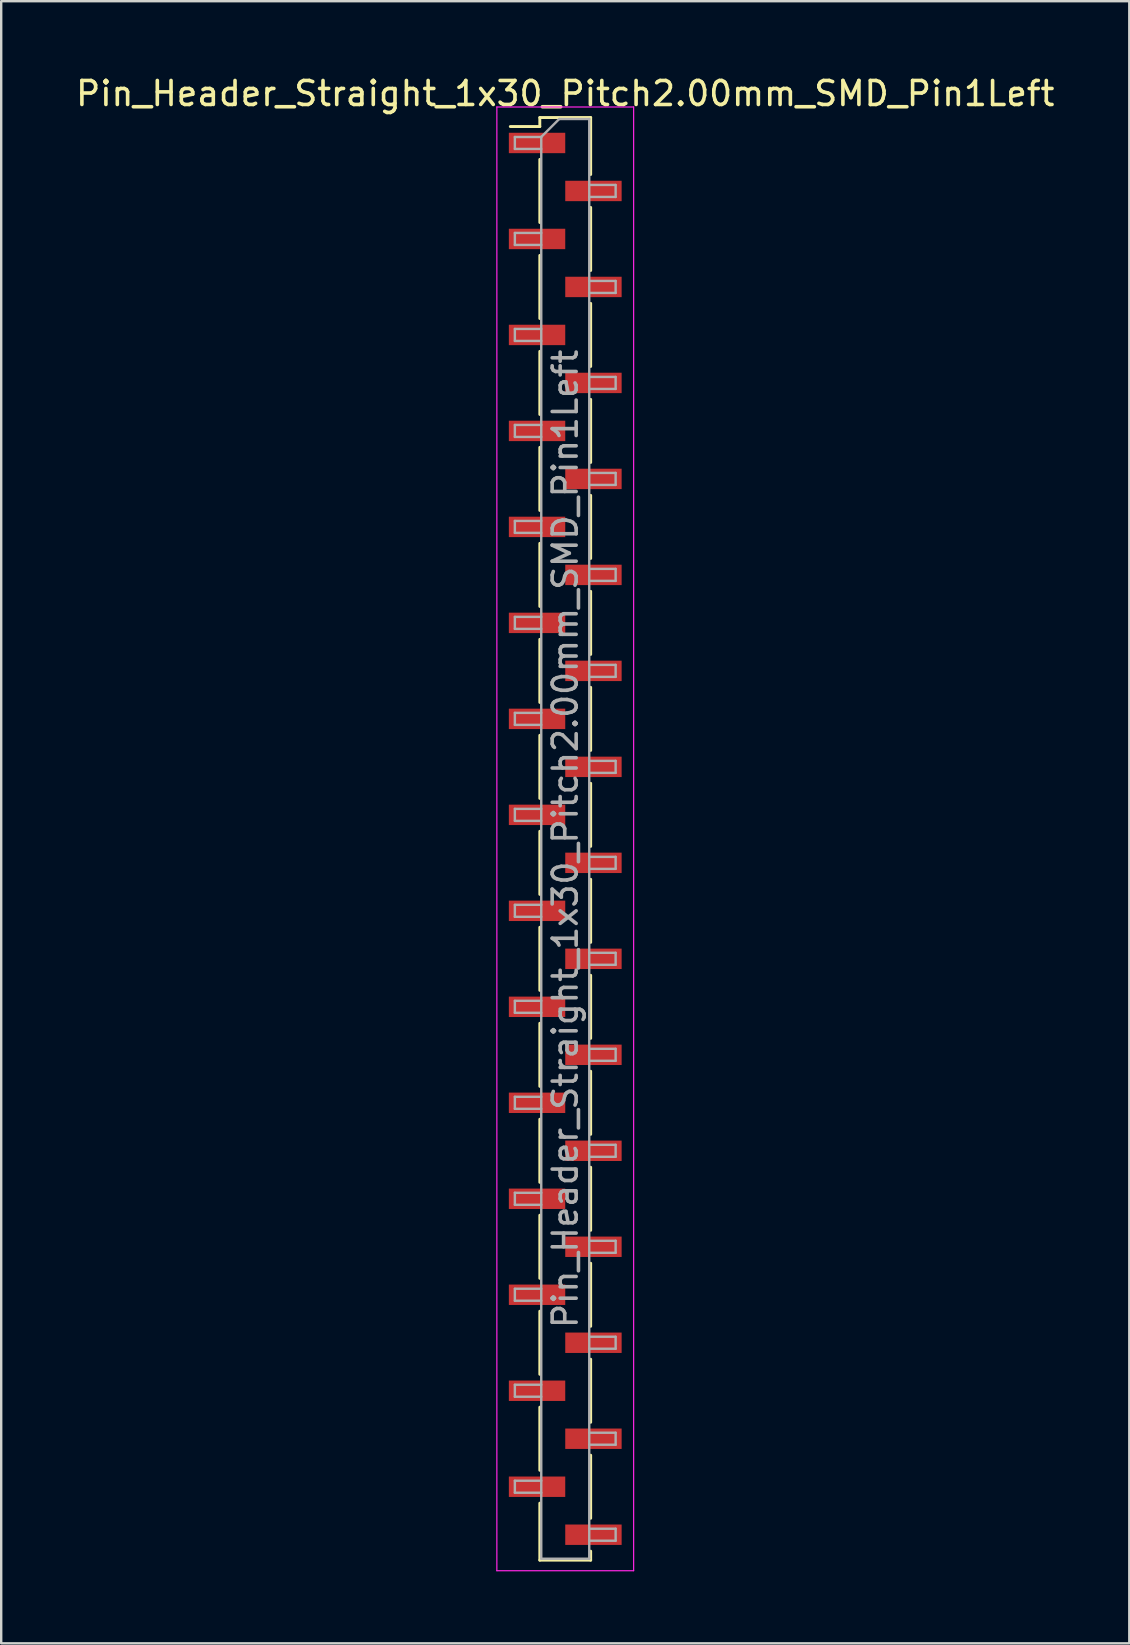
<source format=kicad_pcb>
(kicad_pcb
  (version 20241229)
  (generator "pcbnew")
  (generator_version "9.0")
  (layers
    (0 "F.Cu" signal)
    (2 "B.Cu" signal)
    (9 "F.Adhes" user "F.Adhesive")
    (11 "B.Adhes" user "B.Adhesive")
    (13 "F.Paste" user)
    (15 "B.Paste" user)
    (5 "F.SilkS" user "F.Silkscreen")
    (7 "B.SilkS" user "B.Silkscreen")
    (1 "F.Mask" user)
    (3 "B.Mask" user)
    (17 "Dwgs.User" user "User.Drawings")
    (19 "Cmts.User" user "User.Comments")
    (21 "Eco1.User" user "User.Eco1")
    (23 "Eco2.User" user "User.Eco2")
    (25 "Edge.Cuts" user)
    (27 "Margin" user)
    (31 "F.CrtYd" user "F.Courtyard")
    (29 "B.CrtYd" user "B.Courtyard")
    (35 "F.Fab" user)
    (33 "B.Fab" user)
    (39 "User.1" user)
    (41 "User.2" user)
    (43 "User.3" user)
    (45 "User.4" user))
  (footprint "Pin_Header_Straight_1x30_Pitch2.00mm_SMD_Pin1Left"
    (layer "F.Cu")
    (at 20.506 31.908)
    (property "Reference" "Pin_Header_Straight_1x30_Pitch2.00mm_SMD_Pin1Left" (at 0 -31.06 0) (layer "F.SilkS") (effects (font (size 1 1) (thickness 0.15))))
    (attr smd)
    (fp_line (start -1.06 -30.06) (end -1.06 -29.685) (stroke (width 0.12) (type solid)) (layer "F.SilkS"))
    (fp_line (start -1.06 -30.06) (end 1.06 -30.06) (stroke (width 0.12) (type solid)) (layer "F.SilkS"))
    (fp_line (start -1.06 -29.685) (end -2.29 -29.685) (stroke (width 0.12) (type solid)) (layer "F.SilkS"))
    (fp_line (start -1.06 -28.315) (end -1.06 -25.685) (stroke (width 0.12) (type solid)) (layer "F.SilkS"))
    (fp_line (start -1.06 -24.315) (end -1.06 -21.685) (stroke (width 0.12) (type solid)) (layer "F.SilkS"))
    (fp_line (start -1.06 -20.315) (end -1.06 -17.685) (stroke (width 0.12) (type solid)) (layer "F.SilkS"))
    (fp_line (start -1.06 -16.315) (end -1.06 -13.685) (stroke (width 0.12) (type solid)) (layer "F.SilkS"))
    (fp_line (start -1.06 -12.315) (end -1.06 -9.685) (stroke (width 0.12) (type solid)) (layer "F.SilkS"))
    (fp_line (start -1.06 -8.315) (end -1.06 -5.685) (stroke (width 0.12) (type solid)) (layer "F.SilkS"))
    (fp_line (start -1.06 -4.315) (end -1.06 -1.685) (stroke (width 0.12) (type solid)) (layer "F.SilkS"))
    (fp_line (start -1.06 -0.315) (end -1.06 2.315) (stroke (width 0.12) (type solid)) (layer "F.SilkS"))
    (fp_line (start -1.06 3.685) (end -1.06 6.315) (stroke (width 0.12) (type solid)) (layer "F.SilkS"))
    (fp_line (start -1.06 7.685) (end -1.06 10.315) (stroke (width 0.12) (type solid)) (layer "F.SilkS"))
    (fp_line (start -1.06 11.685) (end -1.06 14.315) (stroke (width 0.12) (type solid)) (layer "F.SilkS"))
    (fp_line (start -1.06 15.685) (end -1.06 18.315) (stroke (width 0.12) (type solid)) (layer "F.SilkS"))
    (fp_line (start -1.06 19.685) (end -1.06 22.315) (stroke (width 0.12) (type solid)) (layer "F.SilkS"))
    (fp_line (start -1.06 23.685) (end -1.06 26.315) (stroke (width 0.12) (type solid)) (layer "F.SilkS"))
    (fp_line (start -1.06 27.685) (end -1.06 30.06) (stroke (width 0.12) (type solid)) (layer "F.SilkS"))
    (fp_line (start -1.06 30.06) (end 1.06 30.06) (stroke (width 0.12) (type solid)) (layer "F.SilkS"))
    (fp_line (start 1.06 -30.06) (end 1.06 -27.685) (stroke (width 0.12) (type solid)) (layer "F.SilkS"))
    (fp_line (start 1.06 -26.315) (end 1.06 -23.685) (stroke (width 0.12) (type solid)) (layer "F.SilkS"))
    (fp_line (start 1.06 -22.315) (end 1.06 -19.685) (stroke (width 0.12) (type solid)) (layer "F.SilkS"))
    (fp_line (start 1.06 -18.315) (end 1.06 -15.685) (stroke (width 0.12) (type solid)) (layer "F.SilkS"))
    (fp_line (start 1.06 -14.315) (end 1.06 -11.685) (stroke (width 0.12) (type solid)) (layer "F.SilkS"))
    (fp_line (start 1.06 -10.315) (end 1.06 -7.685) (stroke (width 0.12) (type solid)) (layer "F.SilkS"))
    (fp_line (start 1.06 -6.315) (end 1.06 -3.685) (stroke (width 0.12) (type solid)) (layer "F.SilkS"))
    (fp_line (start 1.06 -2.315) (end 1.06 0.315) (stroke (width 0.12) (type solid)) (layer "F.SilkS"))
    (fp_line (start 1.06 1.685) (end 1.06 4.315) (stroke (width 0.12) (type solid)) (layer "F.SilkS"))
    (fp_line (start 1.06 5.685) (end 1.06 8.315) (stroke (width 0.12) (type solid)) (layer "F.SilkS"))
    (fp_line (start 1.06 9.685) (end 1.06 12.315) (stroke (width 0.12) (type solid)) (layer "F.SilkS"))
    (fp_line (start 1.06 13.685) (end 1.06 16.315) (stroke (width 0.12) (type solid)) (layer "F.SilkS"))
    (fp_line (start 1.06 17.685) (end 1.06 20.315) (stroke (width 0.12) (type solid)) (layer "F.SilkS"))
    (fp_line (start 1.06 21.685) (end 1.06 24.315) (stroke (width 0.12) (type solid)) (layer "F.SilkS"))
    (fp_line (start 1.06 25.685) (end 1.06 28.315) (stroke (width 0.12) (type solid)) (layer "F.SilkS"))
    (fp_line (start 1.06 29.685) (end 1.06 30.06) (stroke (width 0.12) (type solid)) (layer "F.SilkS"))
    (fp_line (start -2.85 -30.5) (end -2.85 30.5) (stroke (width 0.05) (type solid)) (layer "F.CrtYd"))
    (fp_line (start -2.85 30.5) (end 2.85 30.5) (stroke (width 0.05) (type solid)) (layer "F.CrtYd"))
    (fp_line (start 2.85 -30.5) (end -2.85 -30.5) (stroke (width 0.05) (type solid)) (layer "F.CrtYd"))
    (fp_line (start 2.85 30.5) (end 2.85 -30.5) (stroke (width 0.05) (type solid)) (layer "F.CrtYd"))
    (fp_line (start -2.1 -29.25) (end -2.1 -28.75) (stroke (width 0.1) (type solid)) (layer "F.Fab"))
    (fp_line (start -2.1 -28.75) (end -1 -28.75) (stroke (width 0.1) (type solid)) (layer "F.Fab"))
    (fp_line (start -2.1 -25.25) (end -2.1 -24.75) (stroke (width 0.1) (type solid)) (layer "F.Fab"))
    (fp_line (start -2.1 -24.75) (end -1 -24.75) (stroke (width 0.1) (type solid)) (layer "F.Fab"))
    (fp_line (start -2.1 -21.25) (end -2.1 -20.75) (stroke (width 0.1) (type solid)) (layer "F.Fab"))
    (fp_line (start -2.1 -20.75) (end -1 -20.75) (stroke (width 0.1) (type solid)) (layer "F.Fab"))
    (fp_line (start -2.1 -17.25) (end -2.1 -16.75) (stroke (width 0.1) (type solid)) (layer "F.Fab"))
    (fp_line (start -2.1 -16.75) (end -1 -16.75) (stroke (width 0.1) (type solid)) (layer "F.Fab"))
    (fp_line (start -2.1 -13.25) (end -2.1 -12.75) (stroke (width 0.1) (type solid)) (layer "F.Fab"))
    (fp_line (start -2.1 -12.75) (end -1 -12.75) (stroke (width 0.1) (type solid)) (layer "F.Fab"))
    (fp_line (start -2.1 -9.25) (end -2.1 -8.75) (stroke (width 0.1) (type solid)) (layer "F.Fab"))
    (fp_line (start -2.1 -8.75) (end -1 -8.75) (stroke (width 0.1) (type solid)) (layer "F.Fab"))
    (fp_line (start -2.1 -5.25) (end -2.1 -4.75) (stroke (width 0.1) (type solid)) (layer "F.Fab"))
    (fp_line (start -2.1 -4.75) (end -1 -4.75) (stroke (width 0.1) (type solid)) (layer "F.Fab"))
    (fp_line (start -2.1 -1.25) (end -2.1 -0.75) (stroke (width 0.1) (type solid)) (layer "F.Fab"))
    (fp_line (start -2.1 -0.75) (end -1 -0.75) (stroke (width 0.1) (type solid)) (layer "F.Fab"))
    (fp_line (start -2.1 2.75) (end -2.1 3.25) (stroke (width 0.1) (type solid)) (layer "F.Fab"))
    (fp_line (start -2.1 3.25) (end -1 3.25) (stroke (width 0.1) (type solid)) (layer "F.Fab"))
    (fp_line (start -2.1 6.75) (end -2.1 7.25) (stroke (width 0.1) (type solid)) (layer "F.Fab"))
    (fp_line (start -2.1 7.25) (end -1 7.25) (stroke (width 0.1) (type solid)) (layer "F.Fab"))
    (fp_line (start -2.1 10.75) (end -2.1 11.25) (stroke (width 0.1) (type solid)) (layer "F.Fab"))
    (fp_line (start -2.1 11.25) (end -1 11.25) (stroke (width 0.1) (type solid)) (layer "F.Fab"))
    (fp_line (start -2.1 14.75) (end -2.1 15.25) (stroke (width 0.1) (type solid)) (layer "F.Fab"))
    (fp_line (start -2.1 15.25) (end -1 15.25) (stroke (width 0.1) (type solid)) (layer "F.Fab"))
    (fp_line (start -2.1 18.75) (end -2.1 19.25) (stroke (width 0.1) (type solid)) (layer "F.Fab"))
    (fp_line (start -2.1 19.25) (end -1 19.25) (stroke (width 0.1) (type solid)) (layer "F.Fab"))
    (fp_line (start -2.1 22.75) (end -2.1 23.25) (stroke (width 0.1) (type solid)) (layer "F.Fab"))
    (fp_line (start -2.1 23.25) (end -1 23.25) (stroke (width 0.1) (type solid)) (layer "F.Fab"))
    (fp_line (start -2.1 26.75) (end -2.1 27.25) (stroke (width 0.1) (type solid)) (layer "F.Fab"))
    (fp_line (start -2.1 27.25) (end -1 27.25) (stroke (width 0.1) (type solid)) (layer "F.Fab"))
    (fp_line (start -1 -29.25) (end -2.1 -29.25) (stroke (width 0.1) (type solid)) (layer "F.Fab"))
    (fp_line (start -1 -29.25) (end -0.25 -30) (stroke (width 0.1) (type solid)) (layer "F.Fab"))
    (fp_line (start -1 -25.25) (end -2.1 -25.25) (stroke (width 0.1) (type solid)) (layer "F.Fab"))
    (fp_line (start -1 -21.25) (end -2.1 -21.25) (stroke (width 0.1) (type solid)) (layer "F.Fab"))
    (fp_line (start -1 -17.25) (end -2.1 -17.25) (stroke (width 0.1) (type solid)) (layer "F.Fab"))
    (fp_line (start -1 -13.25) (end -2.1 -13.25) (stroke (width 0.1) (type solid)) (layer "F.Fab"))
    (fp_line (start -1 -9.25) (end -2.1 -9.25) (stroke (width 0.1) (type solid)) (layer "F.Fab"))
    (fp_line (start -1 -5.25) (end -2.1 -5.25) (stroke (width 0.1) (type solid)) (layer "F.Fab"))
    (fp_line (start -1 -1.25) (end -2.1 -1.25) (stroke (width 0.1) (type solid)) (layer "F.Fab"))
    (fp_line (start -1 2.75) (end -2.1 2.75) (stroke (width 0.1) (type solid)) (layer "F.Fab"))
    (fp_line (start -1 6.75) (end -2.1 6.75) (stroke (width 0.1) (type solid)) (layer "F.Fab"))
    (fp_line (start -1 10.75) (end -2.1 10.75) (stroke (width 0.1) (type solid)) (layer "F.Fab"))
    (fp_line (start -1 14.75) (end -2.1 14.75) (stroke (width 0.1) (type solid)) (layer "F.Fab"))
    (fp_line (start -1 18.75) (end -2.1 18.75) (stroke (width 0.1) (type solid)) (layer "F.Fab"))
    (fp_line (start -1 22.75) (end -2.1 22.75) (stroke (width 0.1) (type solid)) (layer "F.Fab"))
    (fp_line (start -1 26.75) (end -2.1 26.75) (stroke (width 0.1) (type solid)) (layer "F.Fab"))
    (fp_line (start -1 30) (end -1 -29.25) (stroke (width 0.1) (type solid)) (layer "F.Fab"))
    (fp_line (start -0.25 -30) (end 1 -30) (stroke (width 0.1) (type solid)) (layer "F.Fab"))
    (fp_line (start 1 -30) (end 1 30) (stroke (width 0.1) (type solid)) (layer "F.Fab"))
    (fp_line (start 1 -27.25) (end 2.1 -27.25) (stroke (width 0.1) (type solid)) (layer "F.Fab"))
    (fp_line (start 1 -23.25) (end 2.1 -23.25) (stroke (width 0.1) (type solid)) (layer "F.Fab"))
    (fp_line (start 1 -19.25) (end 2.1 -19.25) (stroke (width 0.1) (type solid)) (layer "F.Fab"))
    (fp_line (start 1 -15.25) (end 2.1 -15.25) (stroke (width 0.1) (type solid)) (layer "F.Fab"))
    (fp_line (start 1 -11.25) (end 2.1 -11.25) (stroke (width 0.1) (type solid)) (layer "F.Fab"))
    (fp_line (start 1 -7.25) (end 2.1 -7.25) (stroke (width 0.1) (type solid)) (layer "F.Fab"))
    (fp_line (start 1 -3.25) (end 2.1 -3.25) (stroke (width 0.1) (type solid)) (layer "F.Fab"))
    (fp_line (start 1 0.75) (end 2.1 0.75) (stroke (width 0.1) (type solid)) (layer "F.Fab"))
    (fp_line (start 1 4.75) (end 2.1 4.75) (stroke (width 0.1) (type solid)) (layer "F.Fab"))
    (fp_line (start 1 8.75) (end 2.1 8.75) (stroke (width 0.1) (type solid)) (layer "F.Fab"))
    (fp_line (start 1 12.75) (end 2.1 12.75) (stroke (width 0.1) (type solid)) (layer "F.Fab"))
    (fp_line (start 1 16.75) (end 2.1 16.75) (stroke (width 0.1) (type solid)) (layer "F.Fab"))
    (fp_line (start 1 20.75) (end 2.1 20.75) (stroke (width 0.1) (type solid)) (layer "F.Fab"))
    (fp_line (start 1 24.75) (end 2.1 24.75) (stroke (width 0.1) (type solid)) (layer "F.Fab"))
    (fp_line (start 1 28.75) (end 2.1 28.75) (stroke (width 0.1) (type solid)) (layer "F.Fab"))
    (fp_line (start 1 30) (end -1 30) (stroke (width 0.1) (type solid)) (layer "F.Fab"))
    (fp_line (start 2.1 -27.25) (end 2.1 -26.75) (stroke (width 0.1) (type solid)) (layer "F.Fab"))
    (fp_line (start 2.1 -26.75) (end 1 -26.75) (stroke (width 0.1) (type solid)) (layer "F.Fab"))
    (fp_line (start 2.1 -23.25) (end 2.1 -22.75) (stroke (width 0.1) (type solid)) (layer "F.Fab"))
    (fp_line (start 2.1 -22.75) (end 1 -22.75) (stroke (width 0.1) (type solid)) (layer "F.Fab"))
    (fp_line (start 2.1 -19.25) (end 2.1 -18.75) (stroke (width 0.1) (type solid)) (layer "F.Fab"))
    (fp_line (start 2.1 -18.75) (end 1 -18.75) (stroke (width 0.1) (type solid)) (layer "F.Fab"))
    (fp_line (start 2.1 -15.25) (end 2.1 -14.75) (stroke (width 0.1) (type solid)) (layer "F.Fab"))
    (fp_line (start 2.1 -14.75) (end 1 -14.75) (stroke (width 0.1) (type solid)) (layer "F.Fab"))
    (fp_line (start 2.1 -11.25) (end 2.1 -10.75) (stroke (width 0.1) (type solid)) (layer "F.Fab"))
    (fp_line (start 2.1 -10.75) (end 1 -10.75) (stroke (width 0.1) (type solid)) (layer "F.Fab"))
    (fp_line (start 2.1 -7.25) (end 2.1 -6.75) (stroke (width 0.1) (type solid)) (layer "F.Fab"))
    (fp_line (start 2.1 -6.75) (end 1 -6.75) (stroke (width 0.1) (type solid)) (layer "F.Fab"))
    (fp_line (start 2.1 -3.25) (end 2.1 -2.75) (stroke (width 0.1) (type solid)) (layer "F.Fab"))
    (fp_line (start 2.1 -2.75) (end 1 -2.75) (stroke (width 0.1) (type solid)) (layer "F.Fab"))
    (fp_line (start 2.1 0.75) (end 2.1 1.25) (stroke (width 0.1) (type solid)) (layer "F.Fab"))
    (fp_line (start 2.1 1.25) (end 1 1.25) (stroke (width 0.1) (type solid)) (layer "F.Fab"))
    (fp_line (start 2.1 4.75) (end 2.1 5.25) (stroke (width 0.1) (type solid)) (layer "F.Fab"))
    (fp_line (start 2.1 5.25) (end 1 5.25) (stroke (width 0.1) (type solid)) (layer "F.Fab"))
    (fp_line (start 2.1 8.75) (end 2.1 9.25) (stroke (width 0.1) (type solid)) (layer "F.Fab"))
    (fp_line (start 2.1 9.25) (end 1 9.25) (stroke (width 0.1) (type solid)) (layer "F.Fab"))
    (fp_line (start 2.1 12.75) (end 2.1 13.25) (stroke (width 0.1) (type solid)) (layer "F.Fab"))
    (fp_line (start 2.1 13.25) (end 1 13.25) (stroke (width 0.1) (type solid)) (layer "F.Fab"))
    (fp_line (start 2.1 16.75) (end 2.1 17.25) (stroke (width 0.1) (type solid)) (layer "F.Fab"))
    (fp_line (start 2.1 17.25) (end 1 17.25) (stroke (width 0.1) (type solid)) (layer "F.Fab"))
    (fp_line (start 2.1 20.75) (end 2.1 21.25) (stroke (width 0.1) (type solid)) (layer "F.Fab"))
    (fp_line (start 2.1 21.25) (end 1 21.25) (stroke (width 0.1) (type solid)) (layer "F.Fab"))
    (fp_line (start 2.1 24.75) (end 2.1 25.25) (stroke (width 0.1) (type solid)) (layer "F.Fab"))
    (fp_line (start 2.1 25.25) (end 1 25.25) (stroke (width 0.1) (type solid)) (layer "F.Fab"))
    (fp_line (start 2.1 28.75) (end 2.1 29.25) (stroke (width 0.1) (type solid)) (layer "F.Fab"))
    (fp_line (start 2.1 29.25) (end 1 29.25) (stroke (width 0.1) (type solid)) (layer "F.Fab"))
    (fp_text user "${REFERENCE}" (at 0 0 90) (layer "F.Fab") (effects (font (size 1 1) (thickness 0.15))))
    (pad "1" smd rect (at -1.175 -29) (size 2.35 0.85) (layers "F.Cu" "F.Mask" "F.Paste"))
    (pad "2" smd rect (at 1.175 -27) (size 2.35 0.85) (layers "F.Cu" "F.Mask" "F.Paste"))
    (pad "3" smd rect (at -1.175 -25) (size 2.35 0.85) (layers "F.Cu" "F.Mask" "F.Paste"))
    (pad "4" smd rect (at 1.175 -23) (size 2.35 0.85) (layers "F.Cu" "F.Mask" "F.Paste"))
    (pad "5" smd rect (at -1.175 -21) (size 2.35 0.85) (layers "F.Cu" "F.Mask" "F.Paste"))
    (pad "6" smd rect (at 1.175 -19) (size 2.35 0.85) (layers "F.Cu" "F.Mask" "F.Paste"))
    (pad "7" smd rect (at -1.175 -17) (size 2.35 0.85) (layers "F.Cu" "F.Mask" "F.Paste"))
    (pad "8" smd rect (at 1.175 -15) (size 2.35 0.85) (layers "F.Cu" "F.Mask" "F.Paste"))
    (pad "9" smd rect (at -1.175 -13) (size 2.35 0.85) (layers "F.Cu" "F.Mask" "F.Paste"))
    (pad "10" smd rect (at 1.175 -11) (size 2.35 0.85) (layers "F.Cu" "F.Mask" "F.Paste"))
    (pad "11" smd rect (at -1.175 -9) (size 2.35 0.85) (layers "F.Cu" "F.Mask" "F.Paste"))
    (pad "12" smd rect (at 1.175 -7) (size 2.35 0.85) (layers "F.Cu" "F.Mask" "F.Paste"))
    (pad "13" smd rect (at -1.175 -5) (size 2.35 0.85) (layers "F.Cu" "F.Mask" "F.Paste"))
    (pad "14" smd rect (at 1.175 -3) (size 2.35 0.85) (layers "F.Cu" "F.Mask" "F.Paste"))
    (pad "15" smd rect (at -1.175 -1) (size 2.35 0.85) (layers "F.Cu" "F.Mask" "F.Paste"))
    (pad "16" smd rect (at 1.175 1) (size 2.35 0.85) (layers "F.Cu" "F.Mask" "F.Paste"))
    (pad "17" smd rect (at -1.175 3) (size 2.35 0.85) (layers "F.Cu" "F.Mask" "F.Paste"))
    (pad "18" smd rect (at 1.175 5) (size 2.35 0.85) (layers "F.Cu" "F.Mask" "F.Paste"))
    (pad "19" smd rect (at -1.175 7) (size 2.35 0.85) (layers "F.Cu" "F.Mask" "F.Paste"))
    (pad "20" smd rect (at 1.175 9) (size 2.35 0.85) (layers "F.Cu" "F.Mask" "F.Paste"))
    (pad "21" smd rect (at -1.175 11) (size 2.35 0.85) (layers "F.Cu" "F.Mask" "F.Paste"))
    (pad "22" smd rect (at 1.175 13) (size 2.35 0.85) (layers "F.Cu" "F.Mask" "F.Paste"))
    (pad "23" smd rect (at -1.175 15) (size 2.35 0.85) (layers "F.Cu" "F.Mask" "F.Paste"))
    (pad "24" smd rect (at 1.175 17) (size 2.35 0.85) (layers "F.Cu" "F.Mask" "F.Paste"))
    (pad "25" smd rect (at -1.175 19) (size 2.35 0.85) (layers "F.Cu" "F.Mask" "F.Paste"))
    (pad "26" smd rect (at 1.175 21) (size 2.35 0.85) (layers "F.Cu" "F.Mask" "F.Paste"))
    (pad "27" smd rect (at -1.175 23) (size 2.35 0.85) (layers "F.Cu" "F.Mask" "F.Paste"))
    (pad "28" smd rect (at 1.175 25) (size 2.35 0.85) (layers "F.Cu" "F.Mask" "F.Paste"))
    (pad "29" smd rect (at -1.175 27) (size 2.35 0.85) (layers "F.Cu" "F.Mask" "F.Paste"))
    (pad "30" smd rect (at 1.175 29) (size 2.35 0.85) (layers "F.Cu" "F.Mask" "F.Paste")))
  (gr_rect
    (start -3 -3)
    (end 44.012 65.433)
    (stroke (width 0.1) (type default))
    (fill no)
    (layer "Edge.Cuts")))
</source>
